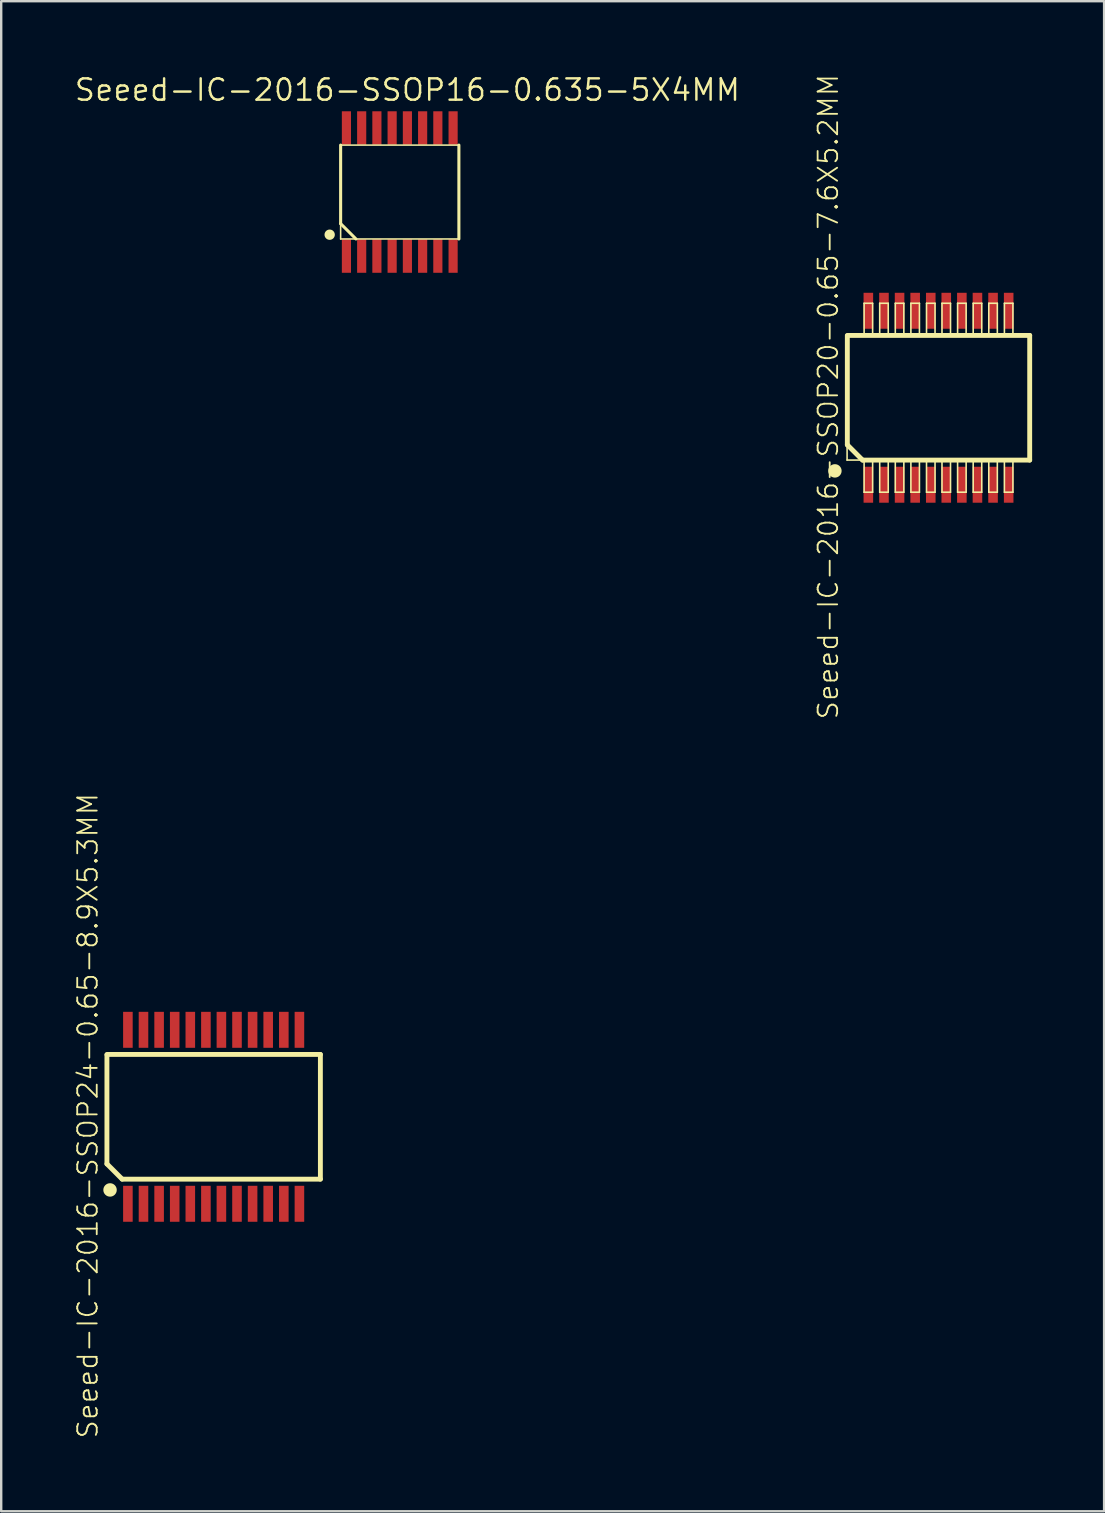
<source format=kicad_pcb>
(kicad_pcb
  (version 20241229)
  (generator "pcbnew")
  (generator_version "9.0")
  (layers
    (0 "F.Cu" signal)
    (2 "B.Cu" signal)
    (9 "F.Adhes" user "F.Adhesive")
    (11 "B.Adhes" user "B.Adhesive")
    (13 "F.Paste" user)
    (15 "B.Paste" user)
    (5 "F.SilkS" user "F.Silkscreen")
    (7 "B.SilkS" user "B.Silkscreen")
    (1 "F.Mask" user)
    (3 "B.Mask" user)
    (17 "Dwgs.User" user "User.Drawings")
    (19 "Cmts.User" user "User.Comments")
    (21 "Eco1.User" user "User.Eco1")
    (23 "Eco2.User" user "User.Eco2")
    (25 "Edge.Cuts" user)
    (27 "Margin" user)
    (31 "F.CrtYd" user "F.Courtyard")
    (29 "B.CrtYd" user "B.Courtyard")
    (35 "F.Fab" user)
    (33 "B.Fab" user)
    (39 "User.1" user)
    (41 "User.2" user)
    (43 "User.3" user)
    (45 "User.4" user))
  (footprint "Seeed-IC-2016-SSOP20-0.65-7.6X5.2MM"
    (layer "F.Cu")
    (at 36.062 13.526)
    (property "Reference" "Seeed-IC-2016-SSOP20-0.65-7.6X5.2MM" (at -4.597 -0.043 90) (layer "F.SilkS") (effects (font (size 0.813 0.813) (thickness 0.076))))
    (attr smd)
    (fp_line (start -3.823 -2.573) (end -3.8 -2.573) (stroke (width 0.127) (type solid)) (layer "F.SilkS"))
    (fp_line (start -3.81 -2.598) (end 3.81 -2.598) (stroke (width 0.066) (type solid)) (layer "F.SilkS"))
    (fp_line (start -3.81 2.598) (end -3.81 -2.598) (stroke (width 0.066) (type solid)) (layer "F.SilkS"))
    (fp_line (start -3.81 2.598) (end 3.81 2.598) (stroke (width 0.066) (type solid)) (layer "F.SilkS"))
    (fp_line (start -3.8 -2.573) (end -3.8 1.963) (stroke (width 0.203) (type solid)) (layer "F.SilkS"))
    (fp_line (start -3.8 1.963) (end -3.165 2.598) (stroke (width 0.203) (type solid)) (layer "F.SilkS"))
    (fp_line (start -3.165 2.598) (end 3.8 2.598) (stroke (width 0.203) (type solid)) (layer "F.SilkS"))
    (fp_line (start -3.101 -3.937) (end -2.746 -3.937) (stroke (width 0.066) (type solid)) (layer "F.SilkS"))
    (fp_line (start -3.101 -2.642) (end -3.101 -3.937) (stroke (width 0.066) (type solid)) (layer "F.SilkS"))
    (fp_line (start -3.101 -2.642) (end -2.746 -2.642) (stroke (width 0.066) (type solid)) (layer "F.SilkS"))
    (fp_line (start -3.101 2.642) (end -2.746 2.642) (stroke (width 0.066) (type solid)) (layer "F.SilkS"))
    (fp_line (start -3.101 3.937) (end -3.101 2.642) (stroke (width 0.066) (type solid)) (layer "F.SilkS"))
    (fp_line (start -3.101 3.937) (end -2.746 3.937) (stroke (width 0.066) (type solid)) (layer "F.SilkS"))
    (fp_line (start -2.746 -2.642) (end -2.746 -3.937) (stroke (width 0.066) (type solid)) (layer "F.SilkS"))
    (fp_line (start -2.746 3.937) (end -2.746 2.642) (stroke (width 0.066) (type solid)) (layer "F.SilkS"))
    (fp_line (start -2.451 -3.937) (end -2.095 -3.937) (stroke (width 0.066) (type solid)) (layer "F.SilkS"))
    (fp_line (start -2.451 -2.642) (end -2.451 -3.937) (stroke (width 0.066) (type solid)) (layer "F.SilkS"))
    (fp_line (start -2.451 -2.642) (end -2.095 -2.642) (stroke (width 0.066) (type solid)) (layer "F.SilkS"))
    (fp_line (start -2.451 2.642) (end -2.095 2.642) (stroke (width 0.066) (type solid)) (layer "F.SilkS"))
    (fp_line (start -2.451 3.937) (end -2.451 2.642) (stroke (width 0.066) (type solid)) (layer "F.SilkS"))
    (fp_line (start -2.451 3.937) (end -2.095 3.937) (stroke (width 0.066) (type solid)) (layer "F.SilkS"))
    (fp_line (start -2.095 -2.642) (end -2.095 -3.937) (stroke (width 0.066) (type solid)) (layer "F.SilkS"))
    (fp_line (start -2.095 3.937) (end -2.095 2.642) (stroke (width 0.066) (type solid)) (layer "F.SilkS"))
    (fp_line (start -1.801 -3.937) (end -1.445 -3.937) (stroke (width 0.066) (type solid)) (layer "F.SilkS"))
    (fp_line (start -1.801 -2.642) (end -1.801 -3.937) (stroke (width 0.066) (type solid)) (layer "F.SilkS"))
    (fp_line (start -1.801 -2.642) (end -1.445 -2.642) (stroke (width 0.066) (type solid)) (layer "F.SilkS"))
    (fp_line (start -1.801 2.642) (end -1.445 2.642) (stroke (width 0.066) (type solid)) (layer "F.SilkS"))
    (fp_line (start -1.801 3.937) (end -1.801 2.642) (stroke (width 0.066) (type solid)) (layer "F.SilkS"))
    (fp_line (start -1.801 3.937) (end -1.445 3.937) (stroke (width 0.066) (type solid)) (layer "F.SilkS"))
    (fp_line (start -1.445 -2.642) (end -1.445 -3.937) (stroke (width 0.066) (type solid)) (layer "F.SilkS"))
    (fp_line (start -1.445 3.937) (end -1.445 2.642) (stroke (width 0.066) (type solid)) (layer "F.SilkS"))
    (fp_line (start -1.151 -3.937) (end -0.795 -3.937) (stroke (width 0.066) (type solid)) (layer "F.SilkS"))
    (fp_line (start -1.151 -2.642) (end -1.151 -3.937) (stroke (width 0.066) (type solid)) (layer "F.SilkS"))
    (fp_line (start -1.151 -2.642) (end -0.795 -2.642) (stroke (width 0.066) (type solid)) (layer "F.SilkS"))
    (fp_line (start -1.151 2.642) (end -0.795 2.642) (stroke (width 0.066) (type solid)) (layer "F.SilkS"))
    (fp_line (start -1.151 3.937) (end -1.151 2.642) (stroke (width 0.066) (type solid)) (layer "F.SilkS"))
    (fp_line (start -1.151 3.937) (end -0.795 3.937) (stroke (width 0.066) (type solid)) (layer "F.SilkS"))
    (fp_line (start -0.795 -2.642) (end -0.795 -3.937) (stroke (width 0.066) (type solid)) (layer "F.SilkS"))
    (fp_line (start -0.795 3.937) (end -0.795 2.642) (stroke (width 0.066) (type solid)) (layer "F.SilkS"))
    (fp_line (start -0.5 -3.937) (end -0.145 -3.937) (stroke (width 0.066) (type solid)) (layer "F.SilkS"))
    (fp_line (start -0.5 -2.642) (end -0.5 -3.937) (stroke (width 0.066) (type solid)) (layer "F.SilkS"))
    (fp_line (start -0.5 -2.642) (end -0.145 -2.642) (stroke (width 0.066) (type solid)) (layer "F.SilkS"))
    (fp_line (start -0.5 2.642) (end -0.145 2.642) (stroke (width 0.066) (type solid)) (layer "F.SilkS"))
    (fp_line (start -0.5 3.937) (end -0.5 2.642) (stroke (width 0.066) (type solid)) (layer "F.SilkS"))
    (fp_line (start -0.5 3.937) (end -0.145 3.937) (stroke (width 0.066) (type solid)) (layer "F.SilkS"))
    (fp_line (start -0.145 -2.642) (end -0.145 -3.937) (stroke (width 0.066) (type solid)) (layer "F.SilkS"))
    (fp_line (start -0.145 3.937) (end -0.145 2.642) (stroke (width 0.066) (type solid)) (layer "F.SilkS"))
    (fp_line (start 0.145 -3.937) (end 0.5 -3.937) (stroke (width 0.066) (type solid)) (layer "F.SilkS"))
    (fp_line (start 0.145 -2.642) (end 0.145 -3.937) (stroke (width 0.066) (type solid)) (layer "F.SilkS"))
    (fp_line (start 0.145 -2.642) (end 0.5 -2.642) (stroke (width 0.066) (type solid)) (layer "F.SilkS"))
    (fp_line (start 0.145 2.642) (end 0.5 2.642) (stroke (width 0.066) (type solid)) (layer "F.SilkS"))
    (fp_line (start 0.145 3.937) (end 0.145 2.642) (stroke (width 0.066) (type solid)) (layer "F.SilkS"))
    (fp_line (start 0.145 3.937) (end 0.5 3.937) (stroke (width 0.066) (type solid)) (layer "F.SilkS"))
    (fp_line (start 0.5 -2.642) (end 0.5 -3.937) (stroke (width 0.066) (type solid)) (layer "F.SilkS"))
    (fp_line (start 0.5 3.937) (end 0.5 2.642) (stroke (width 0.066) (type solid)) (layer "F.SilkS"))
    (fp_line (start 0.795 -3.937) (end 1.151 -3.937) (stroke (width 0.066) (type solid)) (layer "F.SilkS"))
    (fp_line (start 0.795 -2.642) (end 0.795 -3.937) (stroke (width 0.066) (type solid)) (layer "F.SilkS"))
    (fp_line (start 0.795 -2.642) (end 1.151 -2.642) (stroke (width 0.066) (type solid)) (layer "F.SilkS"))
    (fp_line (start 0.795 2.642) (end 1.151 2.642) (stroke (width 0.066) (type solid)) (layer "F.SilkS"))
    (fp_line (start 0.795 3.937) (end 0.795 2.642) (stroke (width 0.066) (type solid)) (layer "F.SilkS"))
    (fp_line (start 0.795 3.937) (end 1.151 3.937) (stroke (width 0.066) (type solid)) (layer "F.SilkS"))
    (fp_line (start 1.151 -2.642) (end 1.151 -3.937) (stroke (width 0.066) (type solid)) (layer "F.SilkS"))
    (fp_line (start 1.151 3.937) (end 1.151 2.642) (stroke (width 0.066) (type solid)) (layer "F.SilkS"))
    (fp_line (start 1.445 -3.937) (end 1.801 -3.937) (stroke (width 0.066) (type solid)) (layer "F.SilkS"))
    (fp_line (start 1.445 -2.642) (end 1.445 -3.937) (stroke (width 0.066) (type solid)) (layer "F.SilkS"))
    (fp_line (start 1.445 -2.642) (end 1.801 -2.642) (stroke (width 0.066) (type solid)) (layer "F.SilkS"))
    (fp_line (start 1.445 2.642) (end 1.801 2.642) (stroke (width 0.066) (type solid)) (layer "F.SilkS"))
    (fp_line (start 1.445 3.937) (end 1.445 2.642) (stroke (width 0.066) (type solid)) (layer "F.SilkS"))
    (fp_line (start 1.445 3.937) (end 1.801 3.937) (stroke (width 0.066) (type solid)) (layer "F.SilkS"))
    (fp_line (start 1.801 -2.642) (end 1.801 -3.937) (stroke (width 0.066) (type solid)) (layer "F.SilkS"))
    (fp_line (start 1.801 3.937) (end 1.801 2.642) (stroke (width 0.066) (type solid)) (layer "F.SilkS"))
    (fp_line (start 2.095 -3.937) (end 2.451 -3.937) (stroke (width 0.066) (type solid)) (layer "F.SilkS"))
    (fp_line (start 2.095 -2.642) (end 2.095 -3.937) (stroke (width 0.066) (type solid)) (layer "F.SilkS"))
    (fp_line (start 2.095 -2.642) (end 2.451 -2.642) (stroke (width 0.066) (type solid)) (layer "F.SilkS"))
    (fp_line (start 2.095 2.642) (end 2.451 2.642) (stroke (width 0.066) (type solid)) (layer "F.SilkS"))
    (fp_line (start 2.095 3.937) (end 2.095 2.642) (stroke (width 0.066) (type solid)) (layer "F.SilkS"))
    (fp_line (start 2.095 3.937) (end 2.451 3.937) (stroke (width 0.066) (type solid)) (layer "F.SilkS"))
    (fp_line (start 2.451 -2.642) (end 2.451 -3.937) (stroke (width 0.066) (type solid)) (layer "F.SilkS"))
    (fp_line (start 2.451 3.937) (end 2.451 2.642) (stroke (width 0.066) (type solid)) (layer "F.SilkS"))
    (fp_line (start 2.746 -3.937) (end 3.101 -3.937) (stroke (width 0.066) (type solid)) (layer "F.SilkS"))
    (fp_line (start 2.746 -2.642) (end 2.746 -3.937) (stroke (width 0.066) (type solid)) (layer "F.SilkS"))
    (fp_line (start 2.746 -2.642) (end 3.101 -2.642) (stroke (width 0.066) (type solid)) (layer "F.SilkS"))
    (fp_line (start 2.746 2.642) (end 3.101 2.642) (stroke (width 0.066) (type solid)) (layer "F.SilkS"))
    (fp_line (start 2.746 3.937) (end 2.746 2.642) (stroke (width 0.066) (type solid)) (layer "F.SilkS"))
    (fp_line (start 2.746 3.937) (end 3.101 3.937) (stroke (width 0.066) (type solid)) (layer "F.SilkS"))
    (fp_line (start 3.101 -2.642) (end 3.101 -3.937) (stroke (width 0.066) (type solid)) (layer "F.SilkS"))
    (fp_line (start 3.101 3.937) (end 3.101 2.642) (stroke (width 0.066) (type solid)) (layer "F.SilkS"))
    (fp_line (start 3.8 -2.598) (end -3.8 -2.598) (stroke (width 0.203) (type solid)) (layer "F.SilkS"))
    (fp_line (start 3.8 2.598) (end 3.8 -2.598) (stroke (width 0.203) (type solid)) (layer "F.SilkS"))
    (fp_line (start 3.81 2.598) (end 3.81 -2.598) (stroke (width 0.066) (type solid)) (layer "F.SilkS"))
    (fp_circle (center -4.318 3.048) (end -4.516 3.246) (stroke (width 0) (type solid)) (fill yes) (layer "F.SilkS"))
    (pad "1" smd rect (at -2.924 3.625) (size 0.399 1.499) (layers "F.Cu" "F.Mask" "F.Paste"))
    (pad "2" smd rect (at -2.273 3.625) (size 0.399 1.499) (layers "F.Cu" "F.Mask" "F.Paste"))
    (pad "3" smd rect (at -1.623 3.625) (size 0.399 1.499) (layers "F.Cu" "F.Mask" "F.Paste"))
    (pad "4" smd rect (at -0.973 3.625) (size 0.399 1.499) (layers "F.Cu" "F.Mask" "F.Paste"))
    (pad "5" smd rect (at -0.323 3.625) (size 0.399 1.499) (layers "F.Cu" "F.Mask" "F.Paste"))
    (pad "6" smd rect (at 0.323 3.625) (size 0.399 1.499) (layers "F.Cu" "F.Mask" "F.Paste"))
    (pad "7" smd rect (at 0.973 3.625) (size 0.399 1.499) (layers "F.Cu" "F.Mask" "F.Paste"))
    (pad "8" smd rect (at 1.623 3.625) (size 0.399 1.499) (layers "F.Cu" "F.Mask" "F.Paste"))
    (pad "9" smd rect (at 2.273 3.625) (size 0.399 1.499) (layers "F.Cu" "F.Mask" "F.Paste"))
    (pad "10" smd rect (at 2.924 3.625) (size 0.399 1.499) (layers "F.Cu" "F.Mask" "F.Paste"))
    (pad "11" smd rect (at 2.924 -3.625) (size 0.399 1.499) (layers "F.Cu" "F.Mask" "F.Paste"))
    (pad "12" smd rect (at 2.273 -3.625) (size 0.399 1.499) (layers "F.Cu" "F.Mask" "F.Paste"))
    (pad "13" smd rect (at 1.623 -3.625) (size 0.399 1.499) (layers "F.Cu" "F.Mask" "F.Paste"))
    (pad "14" smd rect (at 0.973 -3.625) (size 0.399 1.499) (layers "F.Cu" "F.Mask" "F.Paste"))
    (pad "15" smd rect (at 0.323 -3.625) (size 0.399 1.499) (layers "F.Cu" "F.Mask" "F.Paste"))
    (pad "16" smd rect (at -0.323 -3.625) (size 0.399 1.499) (layers "F.Cu" "F.Mask" "F.Paste"))
    (pad "17" smd rect (at -0.973 -3.625) (size 0.399 1.499) (layers "F.Cu" "F.Mask" "F.Paste"))
    (pad "18" smd rect (at -1.623 -3.625) (size 0.399 1.499) (layers "F.Cu" "F.Mask" "F.Paste"))
    (pad "19" smd rect (at -2.273 -3.625) (size 0.399 1.499) (layers "F.Cu" "F.Mask" "F.Paste"))
    (pad "20" smd rect (at -2.924 -3.625) (size 0.399 1.499) (layers "F.Cu" "F.Mask" "F.Paste")))
  (footprint "Seeed-IC-2016-SSOP24-0.65-8.9X5.3MM"
    (layer "F.Cu")
    (at 5.854 43.492)
    (property "Reference" "Seeed-IC-2016-SSOP24-0.65-8.9X5.3MM" (at -5.245 -0.043 90) (layer "F.SilkS") (effects (font (size 0.813 0.813) (thickness 0.076))))
    (attr smd)
    (fp_line (start -4.448 -2.573) (end -4.448 1.963) (stroke (width 0.203) (type solid)) (layer "F.SilkS"))
    (fp_line (start -4.448 1.963) (end -3.813 2.598) (stroke (width 0.203) (type solid)) (layer "F.SilkS"))
    (fp_line (start -3.813 2.598) (end 4.448 2.598) (stroke (width 0.203) (type solid)) (layer "F.SilkS"))
    (fp_line (start 4.448 -2.598) (end -4.448 -2.598) (stroke (width 0.203) (type solid)) (layer "F.SilkS"))
    (fp_line (start 4.448 2.598) (end 4.448 -2.598) (stroke (width 0.203) (type solid)) (layer "F.SilkS"))
    (fp_circle (center -4.318 3.048) (end -4.516 3.246) (stroke (width 0) (type solid)) (fill yes) (layer "F.SilkS"))
    (pad "1" smd rect (at -3.574 3.625) (size 0.399 1.499) (layers "F.Cu" "F.Mask" "F.Paste"))
    (pad "2" smd rect (at -2.924 3.625) (size 0.399 1.499) (layers "F.Cu" "F.Mask" "F.Paste"))
    (pad "3" smd rect (at -2.273 3.625) (size 0.399 1.499) (layers "F.Cu" "F.Mask" "F.Paste"))
    (pad "4" smd rect (at -1.623 3.625) (size 0.399 1.499) (layers "F.Cu" "F.Mask" "F.Paste"))
    (pad "5" smd rect (at -0.973 3.625) (size 0.399 1.499) (layers "F.Cu" "F.Mask" "F.Paste"))
    (pad "6" smd rect (at -0.323 3.625) (size 0.399 1.499) (layers "F.Cu" "F.Mask" "F.Paste"))
    (pad "7" smd rect (at 0.323 3.625) (size 0.399 1.499) (layers "F.Cu" "F.Mask" "F.Paste"))
    (pad "8" smd rect (at 0.973 3.625) (size 0.399 1.499) (layers "F.Cu" "F.Mask" "F.Paste"))
    (pad "9" smd rect (at 1.623 3.625) (size 0.399 1.499) (layers "F.Cu" "F.Mask" "F.Paste"))
    (pad "10" smd rect (at 2.273 3.625) (size 0.399 1.499) (layers "F.Cu" "F.Mask" "F.Paste"))
    (pad "11" smd rect (at 2.924 3.625) (size 0.399 1.499) (layers "F.Cu" "F.Mask" "F.Paste"))
    (pad "12" smd rect (at 3.574 3.625) (size 0.399 1.499) (layers "F.Cu" "F.Mask" "F.Paste"))
    (pad "13" smd rect (at 3.574 -3.625) (size 0.399 1.499) (layers "F.Cu" "F.Mask" "F.Paste"))
    (pad "14" smd rect (at 2.924 -3.625) (size 0.399 1.499) (layers "F.Cu" "F.Mask" "F.Paste"))
    (pad "15" smd rect (at 2.273 -3.625) (size 0.399 1.499) (layers "F.Cu" "F.Mask" "F.Paste"))
    (pad "16" smd rect (at 1.623 -3.625) (size 0.399 1.499) (layers "F.Cu" "F.Mask" "F.Paste"))
    (pad "17" smd rect (at 0.973 -3.625) (size 0.399 1.499) (layers "F.Cu" "F.Mask" "F.Paste"))
    (pad "18" smd rect (at 0.323 -3.625) (size 0.399 1.499) (layers "F.Cu" "F.Mask" "F.Paste"))
    (pad "19" smd rect (at -0.323 -3.625) (size 0.399 1.499) (layers "F.Cu" "F.Mask" "F.Paste"))
    (pad "20" smd rect (at -0.973 -3.625) (size 0.399 1.499) (layers "F.Cu" "F.Mask" "F.Paste"))
    (pad "21" smd rect (at -1.623 -3.625) (size 0.399 1.499) (layers "F.Cu" "F.Mask" "F.Paste"))
    (pad "22" smd rect (at -2.273 -3.625) (size 0.399 1.499) (layers "F.Cu" "F.Mask" "F.Paste"))
    (pad "23" smd rect (at -2.924 -3.625) (size 0.399 1.499) (layers "F.Cu" "F.Mask" "F.Paste"))
    (pad "24" smd rect (at -3.574 -3.625) (size 0.399 1.499) (layers "F.Cu" "F.Mask" "F.Paste")))
  (footprint "Seeed-IC-2016-SSOP16-0.635-5X4MM"
    (layer "F.Cu")
    (at 13.61 4.953)
    (property "Reference" "Seeed-IC-2016-SSOP16-0.635-5X4MM" (at 0.318 -4.255 0) (layer "F.SilkS") (effects (font (size 0.889 0.889) (thickness 0.102))))
    (attr smd)
    (fp_line (start -2.464 -1.956) (end 2.464 -1.956) (stroke (width 0.066) (type solid)) (layer "F.SilkS"))
    (fp_line (start -2.464 1.318) (end -2.464 -1.956) (stroke (width 0.127) (type solid)) (layer "F.SilkS"))
    (fp_line (start -2.464 1.956) (end -2.464 -1.956) (stroke (width 0.066) (type solid)) (layer "F.SilkS"))
    (fp_line (start -2.464 1.956) (end 2.464 1.956) (stroke (width 0.066) (type solid)) (layer "F.SilkS"))
    (fp_line (start -1.826 1.956) (end -2.464 1.318) (stroke (width 0.127) (type solid)) (layer "F.SilkS"))
    (fp_line (start 2.464 -1.956) (end 2.464 1.956) (stroke (width 0.127) (type solid)) (layer "F.SilkS"))
    (fp_line (start 2.464 1.956) (end 2.464 -1.956) (stroke (width 0.066) (type solid)) (layer "F.SilkS"))
    (fp_circle (center -2.921 1.778) (end -3.073 1.93) (stroke (width 0) (type solid)) (fill yes) (layer "F.SilkS"))
    (pad "1" smd rect (at -2.223 2.667 90) (size 1.397 0.381) (layers "F.Cu" "F.Mask" "F.Paste"))
    (pad "2" smd rect (at -1.587 2.667 90) (size 1.397 0.381) (layers "F.Cu" "F.Mask" "F.Paste"))
    (pad "3" smd rect (at -0.953 2.667 90) (size 1.397 0.381) (layers "F.Cu" "F.Mask" "F.Paste"))
    (pad "4" smd rect (at -0.318 2.667 90) (size 1.397 0.381) (layers "F.Cu" "F.Mask" "F.Paste"))
    (pad "5" smd rect (at 0.318 2.667 90) (size 1.397 0.381) (layers "F.Cu" "F.Mask" "F.Paste"))
    (pad "6" smd rect (at 0.953 2.667 90) (size 1.397 0.381) (layers "F.Cu" "F.Mask" "F.Paste"))
    (pad "7" smd rect (at 1.587 2.667 90) (size 1.397 0.381) (layers "F.Cu" "F.Mask" "F.Paste"))
    (pad "8" smd rect (at 2.223 2.667 90) (size 1.397 0.381) (layers "F.Cu" "F.Mask" "F.Paste"))
    (pad "9" smd rect (at 2.223 -2.667 270) (size 1.397 0.381) (layers "F.Cu" "F.Mask" "F.Paste"))
    (pad "10" smd rect (at 1.587 -2.667 270) (size 1.397 0.381) (layers "F.Cu" "F.Mask" "F.Paste"))
    (pad "11" smd rect (at 0.953 -2.667 270) (size 1.397 0.381) (layers "F.Cu" "F.Mask" "F.Paste"))
    (pad "12" smd rect (at 0.318 -2.667 270) (size 1.397 0.381) (layers "F.Cu" "F.Mask" "F.Paste"))
    (pad "13" smd rect (at -0.318 -2.667 270) (size 1.397 0.381) (layers "F.Cu" "F.Mask" "F.Paste"))
    (pad "14" smd rect (at -0.953 -2.667 270) (size 1.397 0.381) (layers "F.Cu" "F.Mask" "F.Paste"))
    (pad "15" smd rect (at -1.587 -2.667 270) (size 1.397 0.381) (layers "F.Cu" "F.Mask" "F.Paste"))
    (pad "16" smd rect (at -2.223 -2.667 270) (size 1.397 0.381) (layers "F.Cu" "F.Mask" "F.Paste")))
  (gr_rect
    (start -3 -3)
    (end 42.963 59.932)
    (stroke (width 0.1) (type default))
    (fill no)
    (layer "Edge.Cuts")))
</source>
